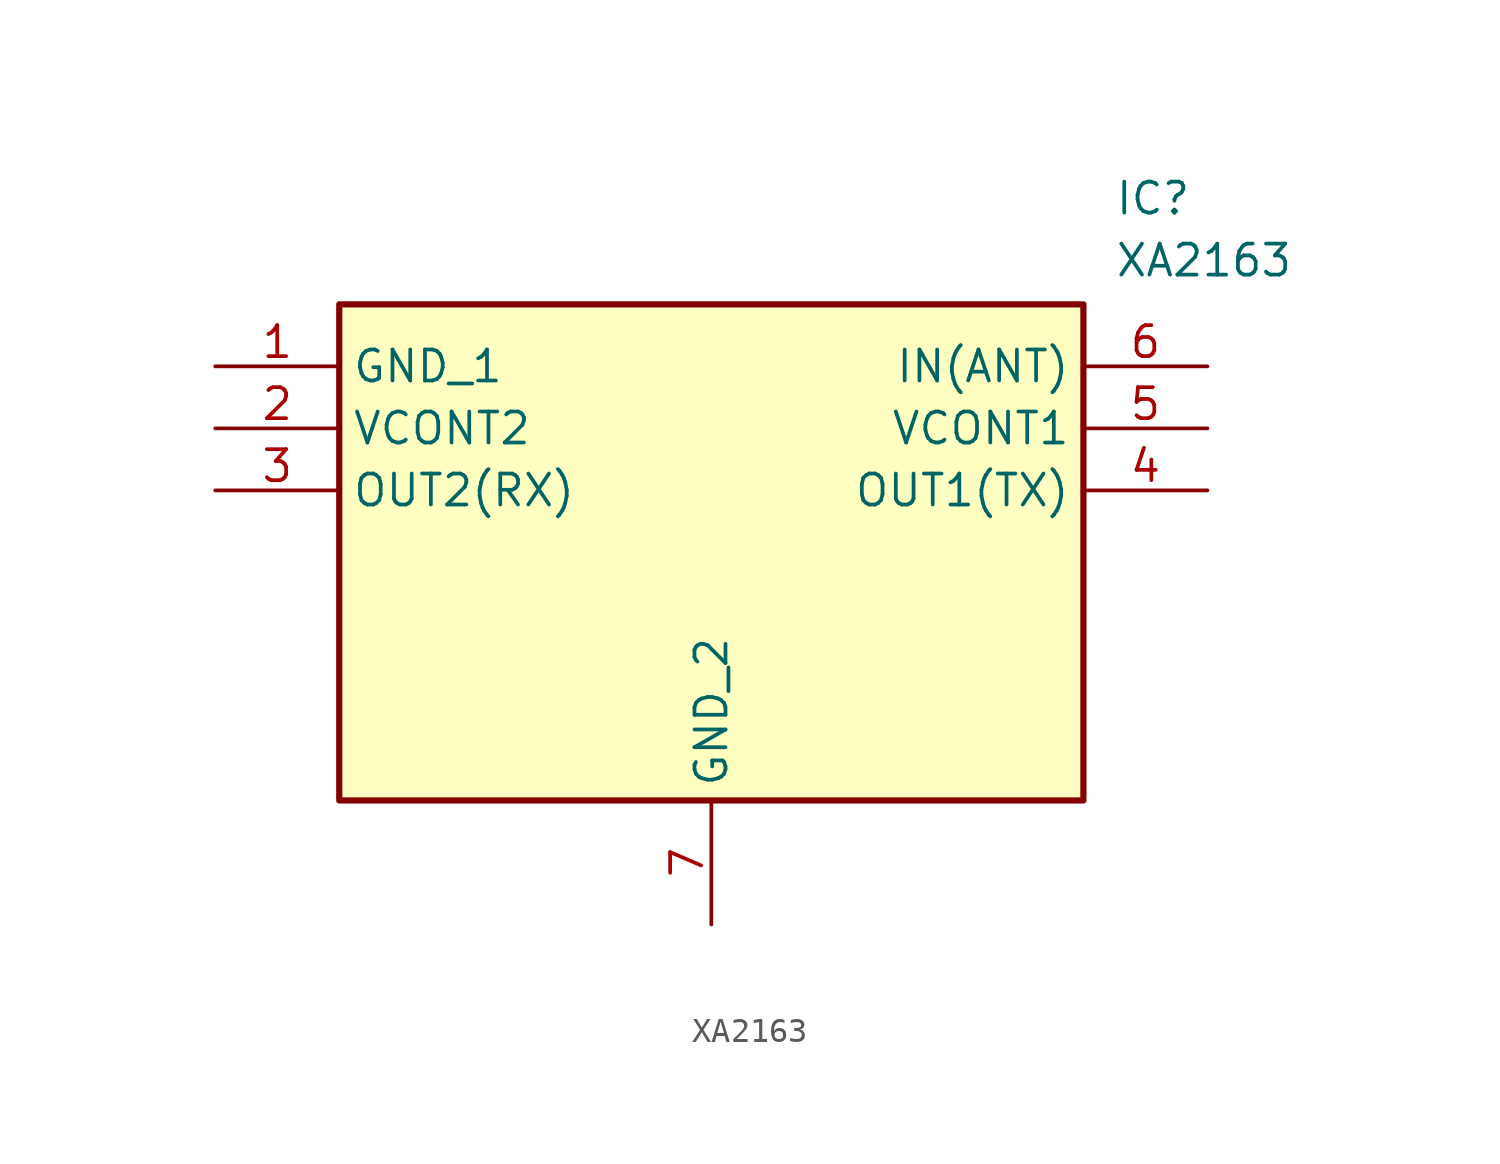
<source format=kicad_sym>
(kicad_symbol_lib
  (version 20211014)
  (generator SamacSys_ECAD_Model)
  (symbol "XA2163"
    (property "Reference" "IC"
      (at 36.83 7.62 0)
      (effects (font (size 1.27 1.27)) (justify left top)))
    (property "Value" "XA2163"
      (at 36.83 5.08 0)
      (effects (font (size 1.27 1.27)) (justify left top)))
    (rectangle
      (start 5.08 2.54)
      (end 35.56 -17.78)
      (stroke (width 0.254) (type default))
      (fill (type background)))
    (pin passive line
      (at 0 0 0)
      (length 5.08)
      (name "GND_1" (effects (font (size 1.27 1.27))))
      (number "1" (effects (font (size 1.27 1.27)))))
    (pin passive line
      (at 0 -2.54 0)
      (length 5.08)
      (name "VCONT2" (effects (font (size 1.27 1.27))))
      (number "2" (effects (font (size 1.27 1.27)))))
    (pin passive line
      (at 0 -5.08 0)
      (length 5.08)
      (name "OUT2(RX)" (effects (font (size 1.27 1.27))))
      (number "3" (effects (font (size 1.27 1.27)))))
    (pin passive line
      (at 20.32 -22.86 90)
      (length 5.08)
      (name "GND_2" (effects (font (size 1.27 1.27))))
      (number "7" (effects (font (size 1.27 1.27)))))
    (pin passive line
      (at 40.64 0 180)
      (length 5.08)
      (name "IN(ANT)" (effects (font (size 1.27 1.27))))
      (number "6" (effects (font (size 1.27 1.27)))))
    (pin passive line
      (at 40.64 -2.54 180)
      (length 5.08)
      (name "VCONT1" (effects (font (size 1.27 1.27))))
      (number "5" (effects (font (size 1.27 1.27)))))
    (pin passive line
      (at 40.64 -5.08 180)
      (length 5.08)
      (name "OUT1(TX)" (effects (font (size 1.27 1.27))))
      (number "4" (effects (font (size 1.27 1.27)))))))
</source>
